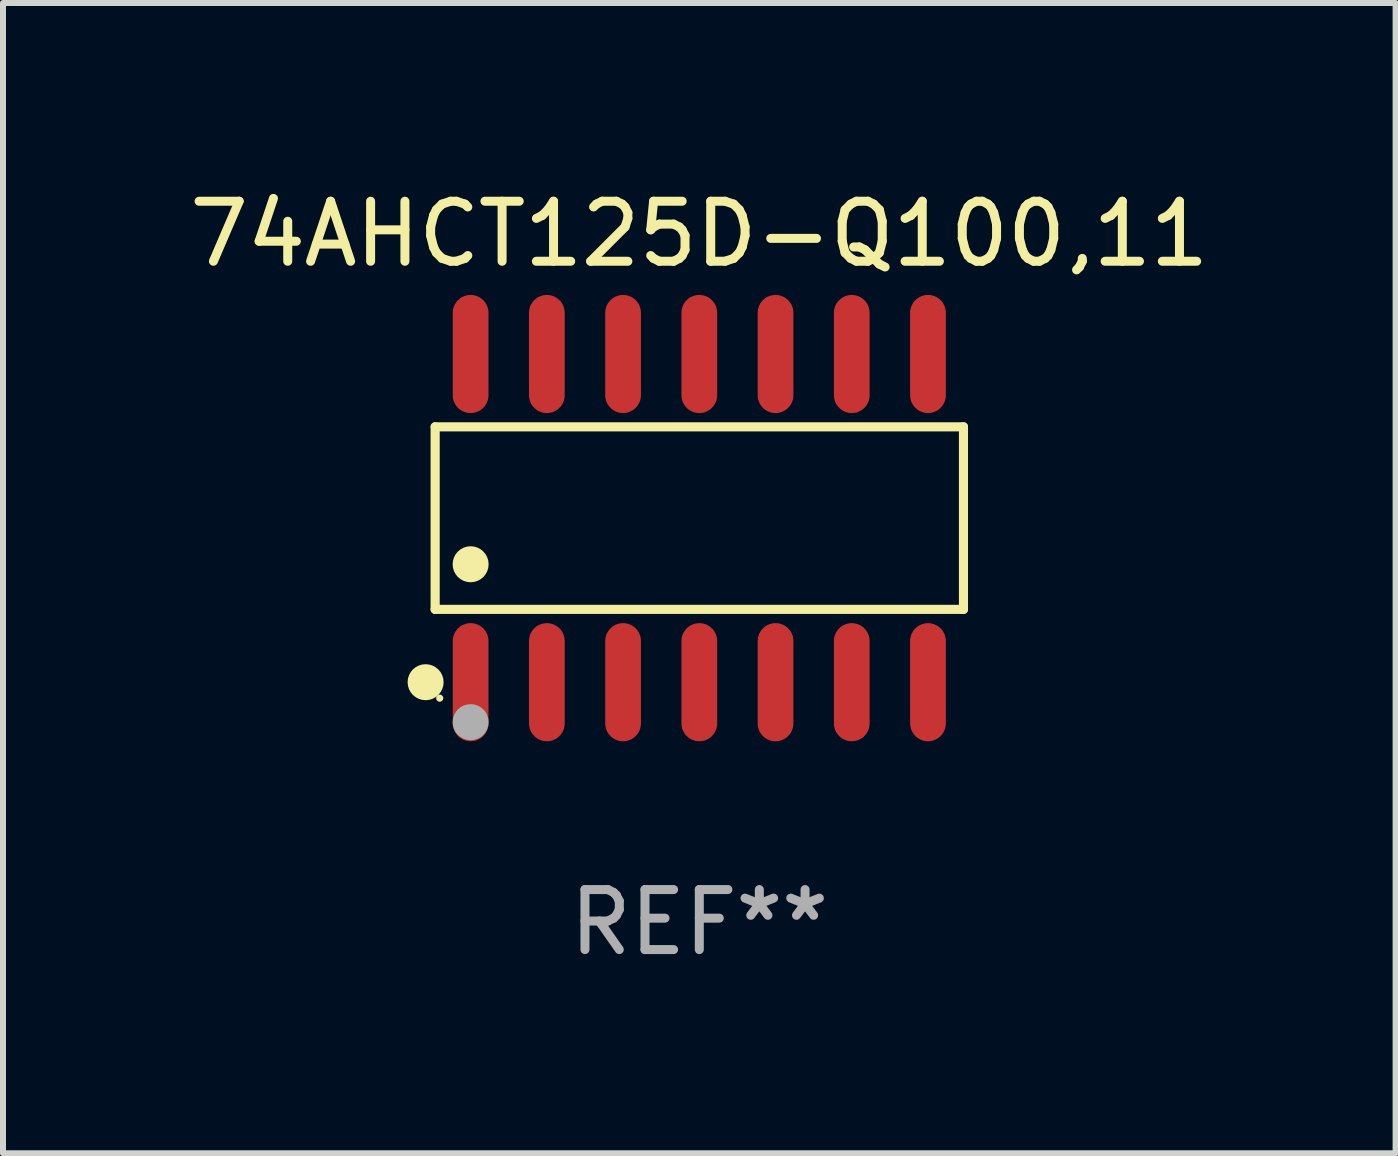
<source format=kicad_pcb>
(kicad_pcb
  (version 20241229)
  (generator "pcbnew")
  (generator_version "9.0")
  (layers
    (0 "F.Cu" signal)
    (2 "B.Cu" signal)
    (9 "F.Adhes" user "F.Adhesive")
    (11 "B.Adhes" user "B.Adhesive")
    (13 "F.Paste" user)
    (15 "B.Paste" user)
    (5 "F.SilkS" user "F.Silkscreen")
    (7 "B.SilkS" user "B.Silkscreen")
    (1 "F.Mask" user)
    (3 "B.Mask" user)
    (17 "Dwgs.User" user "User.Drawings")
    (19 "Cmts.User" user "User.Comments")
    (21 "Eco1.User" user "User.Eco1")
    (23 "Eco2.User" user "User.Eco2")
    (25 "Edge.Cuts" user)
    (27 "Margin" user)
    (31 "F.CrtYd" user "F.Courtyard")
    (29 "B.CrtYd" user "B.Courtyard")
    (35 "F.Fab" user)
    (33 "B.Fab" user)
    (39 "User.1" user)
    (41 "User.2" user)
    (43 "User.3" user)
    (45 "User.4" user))
  (footprint "74AHCT125D-Q100,11"
    (layer "F.Cu")
    (at 8.601 5.582)
    (property "Reference" "74AHCT125D-Q100,11" (at 0 -4.734 0) (layer "F.SilkS") (effects (font (size 1 1) (thickness 0.15))))
    (attr through_hole)
    (fp_line (start -4.401 -1.521) (end 4.401 -1.521) (stroke (width 0.152) (type solid)) (layer "F.SilkS"))
    (fp_line (start -4.401 1.521) (end -4.401 -1.521) (stroke (width 0.152) (type solid)) (layer "F.SilkS"))
    (fp_line (start 4.401 -1.521) (end 4.401 1.521) (stroke (width 0.152) (type solid)) (layer "F.SilkS"))
    (fp_line (start 4.401 1.521) (end -4.401 1.521) (stroke (width 0.152) (type solid)) (layer "F.SilkS"))
    (fp_circle (center -4.56 2.734) (end -4.41 2.734) (stroke (width 0.3) (type solid)) (fill no) (layer "F.SilkS"))
    (fp_circle (center -4.325 3) (end -4.295 3) (stroke (width 0.06) (type solid)) (fill no) (layer "F.SilkS"))
    (fp_circle (center -3.81 0.769) (end -3.66 0.769) (stroke (width 0.3) (type solid)) (fill no) (layer "F.SilkS"))
    (fp_circle (center -3.81 3.4) (end -3.66 3.4) (stroke (width 0.3) (type solid)) (fill no) (layer "F.Fab"))
    (fp_text user "REF**" (at 0 6.734 0) (layer "F.Fab") (effects (font (size 1 1) (thickness 0.15))))
    (pad "1" smd oval (at -3.81 2.734) (size 0.595 1.968) (layers "F.Cu" "F.Mask" "F.Paste"))
    (pad "2" smd oval (at -2.54 2.734) (size 0.595 1.968) (layers "F.Cu" "F.Mask" "F.Paste"))
    (pad "3" smd oval (at -1.27 2.734) (size 0.595 1.968) (layers "F.Cu" "F.Mask" "F.Paste"))
    (pad "4" smd oval (at 0 2.734) (size 0.595 1.968) (layers "F.Cu" "F.Mask" "F.Paste"))
    (pad "5" smd oval (at 1.27 2.734) (size 0.595 1.968) (layers "F.Cu" "F.Mask" "F.Paste"))
    (pad "6" smd oval (at 2.54 2.734) (size 0.595 1.968) (layers "F.Cu" "F.Mask" "F.Paste"))
    (pad "7" smd oval (at 3.81 2.734) (size 0.595 1.968) (layers "F.Cu" "F.Mask" "F.Paste"))
    (pad "8" smd oval (at 3.81 -2.734) (size 0.595 1.968) (layers "F.Cu" "F.Mask" "F.Paste"))
    (pad "9" smd oval (at 2.54 -2.734) (size 0.595 1.968) (layers "F.Cu" "F.Mask" "F.Paste"))
    (pad "10" smd oval (at 1.27 -2.734) (size 0.595 1.968) (layers "F.Cu" "F.Mask" "F.Paste"))
    (pad "11" smd oval (at 0 -2.734) (size 0.595 1.968) (layers "F.Cu" "F.Mask" "F.Paste"))
    (pad "12" smd oval (at -1.27 -2.734) (size 0.595 1.968) (layers "F.Cu" "F.Mask" "F.Paste"))
    (pad "13" smd oval (at -2.54 -2.734) (size 0.595 1.968) (layers "F.Cu" "F.Mask" "F.Paste"))
    (pad "14" smd oval (at -3.81 -2.734) (size 0.595 1.968) (layers "F.Cu" "F.Mask" "F.Paste")))
  (gr_rect
    (start -3 -3)
    (end 20.202 16.164)
    (stroke (width 0.1) (type default))
    (fill no)
    (layer "Edge.Cuts")))
</source>
